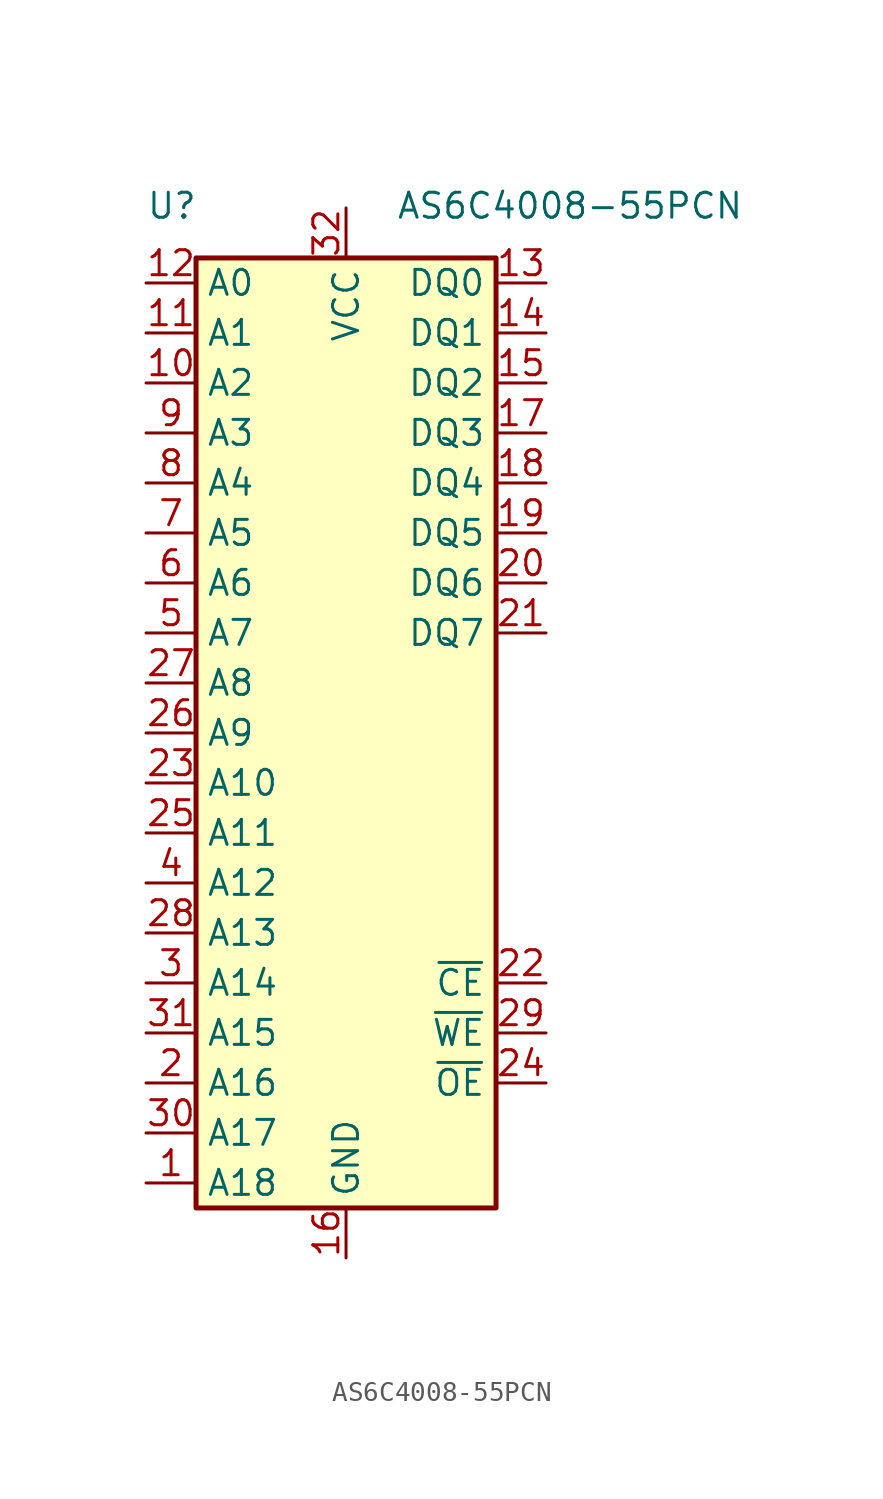
<source format=kicad_sym>
(kicad_symbol_lib
  (version 20220914)
  (generator kicad_symbol_editor)
  (symbol "AS6C4008-55PCN"
    (property "Reference" "U"
      (at -10.16 26.035 0)
      (effects (font (size 1.27 1.27)) (justify left bottom)))
    (property "Value" "AS6C4008-55PCN"
      (at 2.54 26.035 0)
      (effects (font (size 1.27 1.27)) (justify left bottom)))
    (symbol "AS6C4008-55PCN_0_0"
      (pin power_in line (at 0 -26.67 90) (length 2.54) (name "GND" (effects (font (size 1.27 1.27)))) (number "16" (effects (font (size 1.27 1.27)))))
      (pin power_in line (at 0 26.67 270) (length 2.54) (name "VCC" (effects (font (size 1.27 1.27)))) (number "32" (effects (font (size 1.27 1.27))))))
    (symbol "AS6C4008-55PCN_0_1"
      (rectangle (start -7.62 24.13) (end 7.62 -24.13) (stroke (width 0.254) (type solid)) (fill (type background))))
    (symbol "AS6C4008-55PCN_1_1"
      (pin input line (at -10.16 -22.86 0) (length 2.54) (name "A18" (effects (font (size 1.27 1.27)))) (number "1" (effects (font (size 1.27 1.27)))))
      (pin input line (at -10.16 17.78 0) (length 2.54) (name "A2" (effects (font (size 1.27 1.27)))) (number "10" (effects (font (size 1.27 1.27)))))
      (pin input line (at -10.16 20.32 0) (length 2.54) (name "A1" (effects (font (size 1.27 1.27)))) (number "11" (effects (font (size 1.27 1.27)))))
      (pin input line (at -10.16 22.86 0) (length 2.54) (name "A0" (effects (font (size 1.27 1.27)))) (number "12" (effects (font (size 1.27 1.27)))))
      (pin tri_state line (at 10.16 22.86 180) (length 2.54) (name "DQ0" (effects (font (size 1.27 1.27)))) (number "13" (effects (font (size 1.27 1.27)))))
      (pin tri_state line (at 10.16 20.32 180) (length 2.54) (name "DQ1" (effects (font (size 1.27 1.27)))) (number "14" (effects (font (size 1.27 1.27)))))
      (pin tri_state line (at 10.16 17.78 180) (length 2.54) (name "DQ2" (effects (font (size 1.27 1.27)))) (number "15" (effects (font (size 1.27 1.27)))))
      (pin tri_state line (at 10.16 15.24 180) (length 2.54) (name "DQ3" (effects (font (size 1.27 1.27)))) (number "17" (effects (font (size 1.27 1.27)))))
      (pin tri_state line (at 10.16 12.7 180) (length 2.54) (name "DQ4" (effects (font (size 1.27 1.27)))) (number "18" (effects (font (size 1.27 1.27)))))
      (pin tri_state line (at 10.16 10.16 180) (length 2.54) (name "DQ5" (effects (font (size 1.27 1.27)))) (number "19" (effects (font (size 1.27 1.27)))))
      (pin input line (at -10.16 -17.78 0) (length 2.54) (name "A16" (effects (font (size 1.27 1.27)))) (number "2" (effects (font (size 1.27 1.27)))))
      (pin tri_state line (at 10.16 7.62 180) (length 2.54) (name "DQ6" (effects (font (size 1.27 1.27)))) (number "20" (effects (font (size 1.27 1.27)))))
      (pin tri_state line (at 10.16 5.08 180) (length 2.54) (name "DQ7" (effects (font (size 1.27 1.27)))) (number "21" (effects (font (size 1.27 1.27)))))
      (pin input line (at 10.16 -12.7 180) (length 2.54) (name "~{CE}" (effects (font (size 1.27 1.27)))) (number "22" (effects (font (size 1.27 1.27)))))
      (pin input line (at -10.16 -2.54 0) (length 2.54) (name "A10" (effects (font (size 1.27 1.27)))) (number "23" (effects (font (size 1.27 1.27)))))
      (pin input line (at 10.16 -17.78 180) (length 2.54) (name "~{OE}" (effects (font (size 1.27 1.27)))) (number "24" (effects (font (size 1.27 1.27)))))
      (pin input line (at -10.16 -5.08 0) (length 2.54) (name "A11" (effects (font (size 1.27 1.27)))) (number "25" (effects (font (size 1.27 1.27)))))
      (pin input line (at -10.16 0 0) (length 2.54) (name "A9" (effects (font (size 1.27 1.27)))) (number "26" (effects (font (size 1.27 1.27)))))
      (pin input line (at -10.16 2.54 0) (length 2.54) (name "A8" (effects (font (size 1.27 1.27)))) (number "27" (effects (font (size 1.27 1.27)))))
      (pin input line (at -10.16 -10.16 0) (length 2.54) (name "A13" (effects (font (size 1.27 1.27)))) (number "28" (effects (font (size 1.27 1.27)))))
      (pin input line (at 10.16 -15.24 180) (length 2.54) (name "~{WE}" (effects (font (size 1.27 1.27)))) (number "29" (effects (font (size 1.27 1.27)))))
      (pin input line (at -10.16 -12.7 0) (length 2.54) (name "A14" (effects (font (size 1.27 1.27)))) (number "3" (effects (font (size 1.27 1.27)))))
      (pin input line (at -10.16 -20.32 0) (length 2.54) (name "A17" (effects (font (size 1.27 1.27)))) (number "30" (effects (font (size 1.27 1.27)))))
      (pin input line (at -10.16 -15.24 0) (length 2.54) (name "A15" (effects (font (size 1.27 1.27)))) (number "31" (effects (font (size 1.27 1.27)))))
      (pin input line (at -10.16 -7.62 0) (length 2.54) (name "A12" (effects (font (size 1.27 1.27)))) (number "4" (effects (font (size 1.27 1.27)))))
      (pin input line (at -10.16 5.08 0) (length 2.54) (name "A7" (effects (font (size 1.27 1.27)))) (number "5" (effects (font (size 1.27 1.27)))))
      (pin input line (at -10.16 7.62 0) (length 2.54) (name "A6" (effects (font (size 1.27 1.27)))) (number "6" (effects (font (size 1.27 1.27)))))
      (pin input line (at -10.16 10.16 0) (length 2.54) (name "A5" (effects (font (size 1.27 1.27)))) (number "7" (effects (font (size 1.27 1.27)))))
      (pin input line (at -10.16 12.7 0) (length 2.54) (name "A4" (effects (font (size 1.27 1.27)))) (number "8" (effects (font (size 1.27 1.27)))))
      (pin input line (at -10.16 15.24 0) (length 2.54) (name "A3" (effects (font (size 1.27 1.27)))) (number "9" (effects (font (size 1.27 1.27))))))))
</source>
